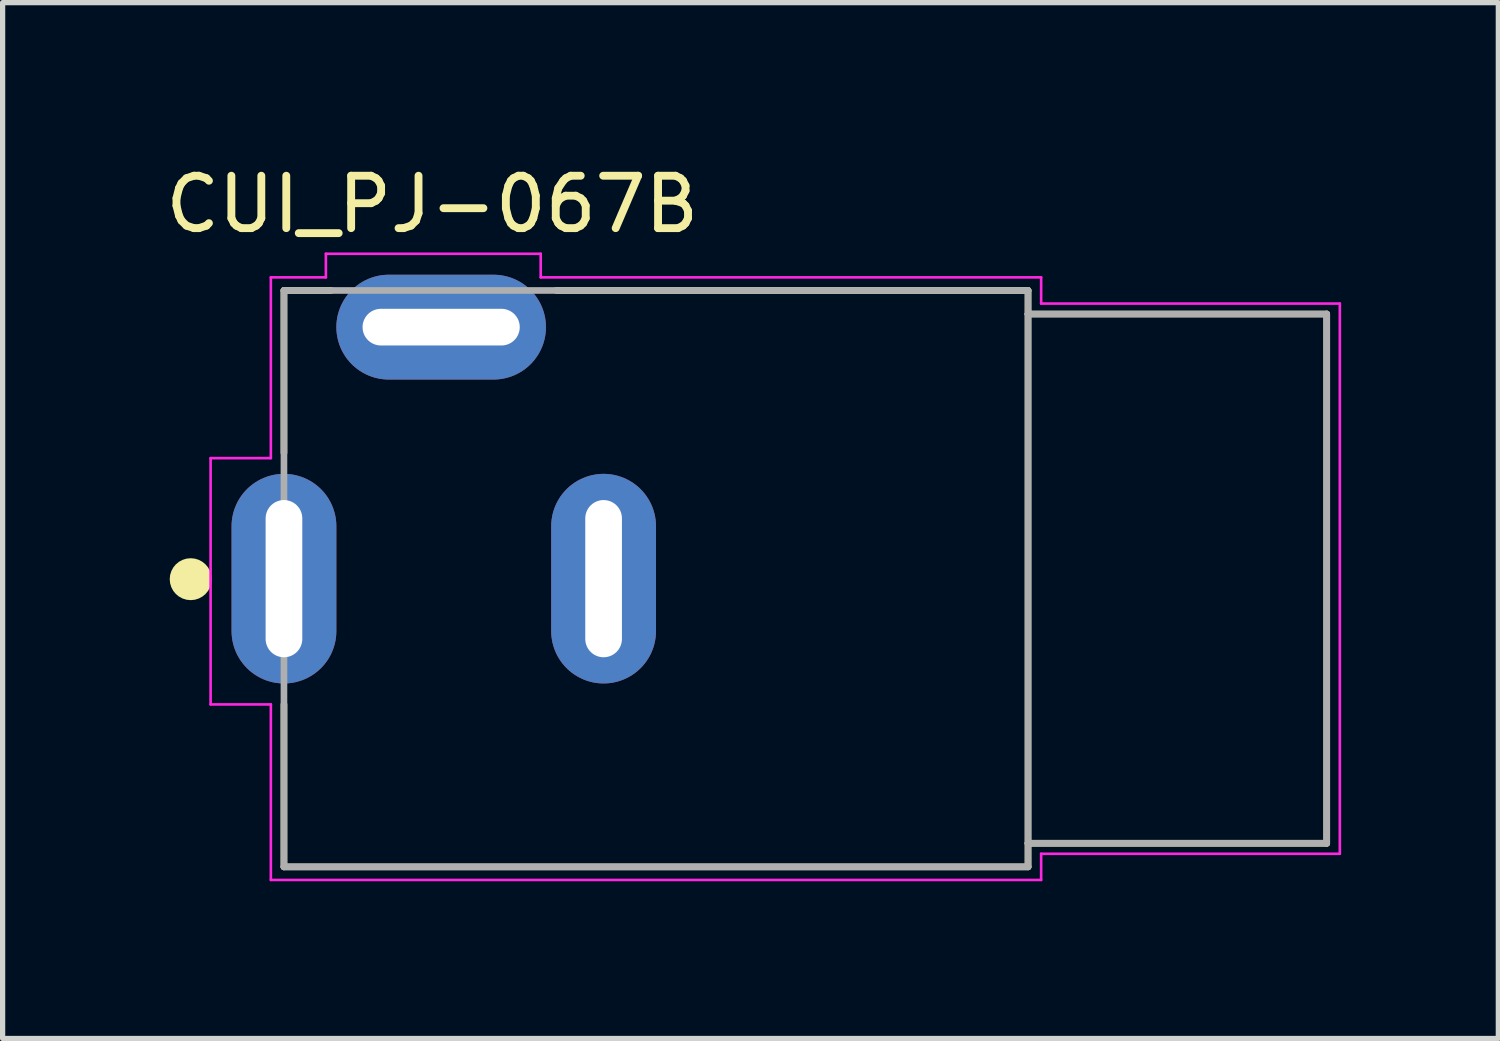
<source format=kicad_pcb>
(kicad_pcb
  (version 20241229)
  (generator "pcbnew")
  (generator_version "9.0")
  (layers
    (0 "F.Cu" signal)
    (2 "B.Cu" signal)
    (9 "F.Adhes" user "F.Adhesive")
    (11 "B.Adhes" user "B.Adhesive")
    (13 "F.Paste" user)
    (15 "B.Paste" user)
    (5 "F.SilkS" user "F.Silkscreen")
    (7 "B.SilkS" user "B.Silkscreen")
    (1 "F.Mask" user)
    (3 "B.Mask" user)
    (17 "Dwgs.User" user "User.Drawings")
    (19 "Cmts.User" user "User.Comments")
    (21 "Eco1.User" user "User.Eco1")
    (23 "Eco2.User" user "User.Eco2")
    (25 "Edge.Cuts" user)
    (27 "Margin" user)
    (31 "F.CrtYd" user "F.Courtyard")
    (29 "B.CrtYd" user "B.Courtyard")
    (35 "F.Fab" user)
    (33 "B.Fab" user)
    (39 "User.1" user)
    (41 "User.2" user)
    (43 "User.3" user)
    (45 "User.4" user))
  (footprint "CUI_PJ-067B"
    (layer "F.Cu")
    (at 9.469 7.993)
    (property "Reference" "CUI_PJ-067B" (at -4.27 -7.144 0) (layer "F.SilkS") (effects (font (size 1 1) (thickness 0.15))))
    (attr through_hole)
    (fp_line (start -7.1 -5.5) (end -6.2 -5.5) (stroke (width 0.127) (type solid)) (layer "F.SilkS"))
    (fp_line (start -7.1 -2.4) (end -7.1 -5.5) (stroke (width 0.127) (type solid)) (layer "F.SilkS"))
    (fp_line (start -7.1 5.5) (end -7.1 2.4) (stroke (width 0.127) (type solid)) (layer "F.SilkS"))
    (fp_line (start -1.9 -5.5) (end 7.1 -5.5) (stroke (width 0.127) (type solid)) (layer "F.SilkS"))
    (fp_line (start 7.1 -5.5) (end 7.1 -5.05) (stroke (width 0.127) (type solid)) (layer "F.SilkS"))
    (fp_line (start 7.1 -5.05) (end 7.1 5.05) (stroke (width 0.127) (type solid)) (layer "F.SilkS"))
    (fp_line (start 7.1 5.05) (end 7.1 5.5) (stroke (width 0.127) (type solid)) (layer "F.SilkS"))
    (fp_line (start 7.1 5.5) (end -7.1 5.5) (stroke (width 0.127) (type solid)) (layer "F.SilkS"))
    (fp_line (start 12.8 -5.05) (end 7.1 -5.05) (stroke (width 0.127) (type solid)) (layer "F.SilkS"))
    (fp_line (start 12.8 -5.05) (end 12.8 5.05) (stroke (width 0.127) (type solid)) (layer "F.SilkS"))
    (fp_line (start 12.8 5.05) (end 7.1 5.05) (stroke (width 0.127) (type solid)) (layer "F.SilkS"))
    (fp_circle (center -8.88 0.01) (end -8.68 0.01) (stroke (width 0.4) (type solid)) (fill no) (layer "F.SilkS"))
    (fp_line (start -8.5 -2.3) (end -8.5 2.4) (stroke (width 0.05) (type solid)) (layer "F.CrtYd"))
    (fp_line (start -8.5 2.4) (end -7.35 2.4) (stroke (width 0.05) (type solid)) (layer "F.CrtYd"))
    (fp_line (start -7.35 -5.75) (end -6.3 -5.75) (stroke (width 0.05) (type solid)) (layer "F.CrtYd"))
    (fp_line (start -7.35 -2.3) (end -8.5 -2.3) (stroke (width 0.05) (type solid)) (layer "F.CrtYd"))
    (fp_line (start -7.35 -2.3) (end -7.35 -5.75) (stroke (width 0.05) (type solid)) (layer "F.CrtYd"))
    (fp_line (start -7.35 5.75) (end -7.35 2.4) (stroke (width 0.05) (type solid)) (layer "F.CrtYd"))
    (fp_line (start -6.3 -6.2) (end -6.3 -5.75) (stroke (width 0.05) (type solid)) (layer "F.CrtYd"))
    (fp_line (start -2.2 -6.2) (end -6.3 -6.2) (stroke (width 0.05) (type solid)) (layer "F.CrtYd"))
    (fp_line (start -2.2 -5.75) (end -2.2 -6.2) (stroke (width 0.05) (type solid)) (layer "F.CrtYd"))
    (fp_line (start -2.2 -5.75) (end 7.35 -5.75) (stroke (width 0.05) (type solid)) (layer "F.CrtYd"))
    (fp_line (start 7.35 -5.75) (end 7.35 -5.25) (stroke (width 0.05) (type solid)) (layer "F.CrtYd"))
    (fp_line (start 7.35 5.25) (end 7.35 5.75) (stroke (width 0.05) (type solid)) (layer "F.CrtYd"))
    (fp_line (start 7.35 5.75) (end -7.35 5.75) (stroke (width 0.05) (type solid)) (layer "F.CrtYd"))
    (fp_line (start 13.05 -5.25) (end 7.35 -5.25) (stroke (width 0.05) (type solid)) (layer "F.CrtYd"))
    (fp_line (start 13.05 -5.25) (end 13.05 5.25) (stroke (width 0.05) (type solid)) (layer "F.CrtYd"))
    (fp_line (start 13.05 5.25) (end 7.35 5.25) (stroke (width 0.05) (type solid)) (layer "F.CrtYd"))
    (fp_line (start -7.1 -5.5) (end 7.1 -5.5) (stroke (width 0.127) (type solid)) (layer "F.Fab"))
    (fp_line (start -7.1 5.5) (end -7.1 -5.5) (stroke (width 0.127) (type solid)) (layer "F.Fab"))
    (fp_line (start 7.1 -5.5) (end 7.1 -5.05) (stroke (width 0.127) (type solid)) (layer "F.Fab"))
    (fp_line (start 7.1 -5.05) (end 7.1 5.05) (stroke (width 0.127) (type solid)) (layer "F.Fab"))
    (fp_line (start 7.1 5.05) (end 7.1 5.5) (stroke (width 0.127) (type solid)) (layer "F.Fab"))
    (fp_line (start 7.1 5.5) (end -7.1 5.5) (stroke (width 0.127) (type solid)) (layer "F.Fab"))
    (fp_line (start 12.8 -5.05) (end 7.1 -5.05) (stroke (width 0.127) (type solid)) (layer "F.Fab"))
    (fp_line (start 12.8 -5.05) (end 12.8 5.05) (stroke (width 0.127) (type solid)) (layer "F.Fab"))
    (fp_line (start 12.8 5.05) (end 7.1 5.05) (stroke (width 0.127) (type solid)) (layer "F.Fab"))
    (pad "1" thru_hole oval (at -7.1 0) (size 2 4) (drill oval 0.7 3) (layers "*.Cu" "*.Mask"))
    (pad "2" thru_hole oval (at -1 0) (size 2 4) (drill oval 0.7 3) (layers "*.Cu" "*.Mask"))
    (pad "3" thru_hole oval (at -4.1 -4.8) (size 4 2) (drill oval 3 0.7) (layers "*.Cu" "*.Mask")))
  (gr_rect
    (start -3 -3)
    (end 25.544 16.768)
    (stroke (width 0.1) (type default))
    (fill no)
    (layer "Edge.Cuts")))
</source>
